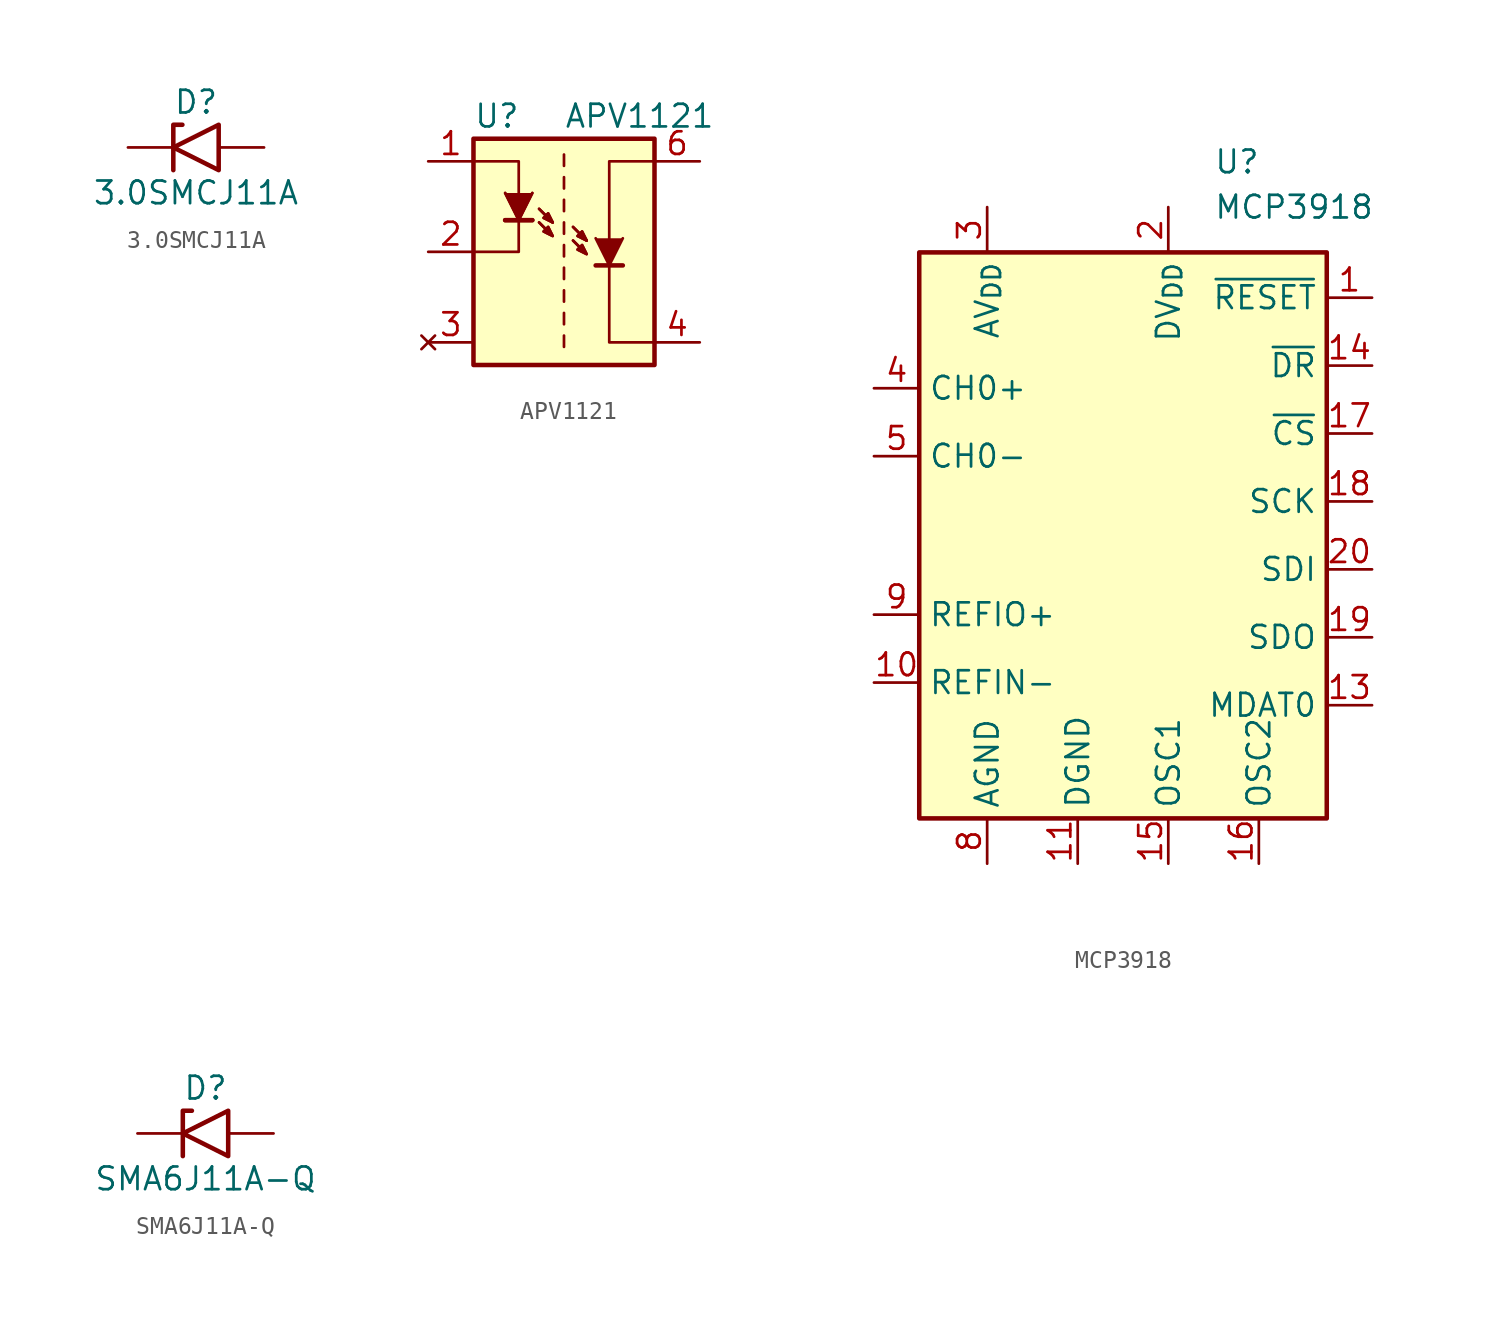
<source format=kicad_sym>
(kicad_symbol_lib
  (version 20211014)
  (generator kicad_symbol_editor)
  (symbol "3.0SMCJ11A"
    (pin_numbers hide)
    (pin_names
      (offset 1.016) hide)
    (property "Reference" "D"
      (at 0 2.54 0)
      (effects (font (size 1.27 1.27))))
    (property "Value" "3.0SMCJ11A"
      (at 0 -2.54 0)
      (effects (font (size 1.27 1.27))))
    (symbol "3.0SMCJ11A_0_1"
      (polyline (pts (xy -0.762 1.27) (xy -1.27 1.27) (xy -1.27 -1.27)) (stroke (width 0.254) (type default) (color 0 0 0 0)) (fill (type none)))
      (polyline (pts (xy 1.27 1.27) (xy 1.27 -1.27) (xy -1.27 0) (xy 1.27 1.27)) (stroke (width 0.254) (type default) (color 0 0 0 0)) (fill (type none))))
    (symbol "3.0SMCJ11A_1_1"
      (pin passive line (at -3.81 0 0) (length 2.54) (name "A1" (effects (font (size 1.27 1.27)))) (number "1" (effects (font (size 1.27 1.27)))))
      (pin passive line (at 3.81 0 180) (length 2.54) (name "A2" (effects (font (size 1.27 1.27)))) (number "2" (effects (font (size 1.27 1.27)))))))
  (symbol "APV1121"
    (pin_names
      (offset 1.016))
    (property "Reference" "U"
      (at -5.08 10.16 0)
      (effects (font (size 1.27 1.27)) (justify left)))
    (property "Value" "APV1121"
      (at 0 10.16 0)
      (effects (font (size 1.27 1.27)) (justify left)))
    (symbol "APV1121_0_1"
      (rectangle (start -5.08 8.89) (end 5.08 -3.81) (stroke (width 0.254) (type default) (color 0 0 0 0)) (fill (type background)))
      (polyline (pts (xy -1.778 4.318) (xy -3.302 4.318)) (stroke (width 0.254) (type default) (color 0 0 0 0)) (fill (type none)))
      (polyline (pts (xy -1.778 4.318) (xy -3.302 4.318)) (stroke (width 0.254) (type default) (color 0 0 0 0)) (fill (type none)))
      (polyline (pts (xy 0 -2.159) (xy 0 -2.794)) (stroke (width 0) (type default) (color 0 0 0 0)) (fill (type none)))
      (polyline (pts (xy 0 -0.889) (xy 0 -1.524)) (stroke (width 0) (type default) (color 0 0 0 0)) (fill (type none)))
      (polyline (pts (xy 0 0.381) (xy 0 -0.254)) (stroke (width 0) (type default) (color 0 0 0 0)) (fill (type none)))
      (polyline (pts (xy 0 1.651) (xy 0 1.016)) (stroke (width 0) (type default) (color 0 0 0 0)) (fill (type none)))
      (polyline (pts (xy 0 2.921) (xy 0 2.286)) (stroke (width 0) (type default) (color 0 0 0 0)) (fill (type none)))
      (polyline (pts (xy 0 4.191) (xy 0 3.556)) (stroke (width 0) (type default) (color 0 0 0 0)) (fill (type none)))
      (polyline (pts (xy 0 5.461) (xy 0 4.826)) (stroke (width 0) (type default) (color 0 0 0 0)) (fill (type none)))
      (polyline (pts (xy 0 6.731) (xy 0 6.096)) (stroke (width 0) (type default) (color 0 0 0 0)) (fill (type none)))
      (polyline (pts (xy 0 8.001) (xy 0 7.366)) (stroke (width 0) (type default) (color 0 0 0 0)) (fill (type none)))
      (polyline (pts (xy 1.778 1.778) (xy 3.302 1.778)) (stroke (width 0.254) (type default) (color 0 0 0 0)) (fill (type none)))
      (polyline (pts (xy -1.778 5.842) (xy -2.54 4.318) (xy -3.302 5.842)) (stroke (width 0) (type default) (color 0 0 0 0)) (fill (type outline)))
      (polyline (pts (xy -1.778 5.842) (xy -2.54 4.318) (xy -3.302 5.842)) (stroke (width 0) (type default) (color 0 0 0 0)) (fill (type outline)))
      (polyline (pts (xy -1.397 4.953) (xy -0.635 4.191) (xy -0.635 4.191)) (stroke (width 0) (type default) (color 0 0 0 0)) (fill (type none)))
      (polyline (pts (xy -1.397 4.953) (xy -0.635 4.191) (xy -0.635 4.191)) (stroke (width 0) (type default) (color 0 0 0 0)) (fill (type none)))
      (polyline (pts (xy 0.508 3.937) (xy 1.27 3.175) (xy 1.27 3.175)) (stroke (width 0) (type default) (color 0 0 0 0)) (fill (type none)))
      (polyline (pts (xy 0.508 3.937) (xy 1.27 3.175) (xy 1.27 3.175)) (stroke (width 0) (type default) (color 0 0 0 0)) (fill (type none)))
      (polyline (pts (xy 1.778 3.302) (xy 2.54 1.778) (xy 3.302 3.302)) (stroke (width 0) (type default) (color 0 0 0 0)) (fill (type outline)))
      (polyline (pts (xy -5.08 7.62) (xy -2.54 7.62) (xy -2.54 2.54) (xy -5.08 2.54)) (stroke (width 0) (type default) (color 0 0 0 0)) (fill (type none)))
      (polyline (pts (xy 5.08 7.62) (xy 2.54 7.62) (xy 2.54 -2.54) (xy 5.08 -2.54)) (stroke (width 0) (type default) (color 0 0 0 0)) (fill (type none)))
      (polyline (pts (xy -0.635 4.191) (xy -0.889 4.699) (xy -1.143 4.445) (xy -0.635 4.191) (xy -0.635 4.191)) (stroke (width 0) (type default) (color 0 0 0 0)) (fill (type none)))
      (polyline (pts (xy -0.635 4.191) (xy -0.889 4.699) (xy -1.143 4.445) (xy -0.635 4.191) (xy -0.635 4.191)) (stroke (width 0) (type default) (color 0 0 0 0)) (fill (type none)))
      (polyline (pts (xy 1.27 3.175) (xy 1.016 3.683) (xy 0.762 3.429) (xy 1.27 3.175) (xy 1.27 3.175)) (stroke (width 0) (type default) (color 0 0 0 0)) (fill (type none)))
      (polyline (pts (xy 1.27 3.175) (xy 1.016 3.683) (xy 0.762 3.429) (xy 1.27 3.175) (xy 1.27 3.175)) (stroke (width 0) (type default) (color 0 0 0 0)) (fill (type none)))
      (polyline (pts (xy -1.397 4.191) (xy -0.635 3.429) (xy -0.889 3.937) (xy -1.143 3.683) (xy -0.635 3.429) (xy -0.635 3.429)) (stroke (width 0) (type default) (color 0 0 0 0)) (fill (type none)))
      (polyline (pts (xy -1.397 4.191) (xy -0.635 3.429) (xy -0.889 3.937) (xy -1.143 3.683) (xy -0.635 3.429) (xy -0.635 3.429)) (stroke (width 0) (type default) (color 0 0 0 0)) (fill (type none)))
      (polyline (pts (xy 0.508 3.175) (xy 1.27 2.413) (xy 1.016 2.921) (xy 0.762 2.667) (xy 1.27 2.413) (xy 1.27 2.413)) (stroke (width 0) (type default) (color 0 0 0 0)) (fill (type none)))
      (polyline (pts (xy 0.508 3.175) (xy 1.27 2.413) (xy 1.016 2.921) (xy 0.762 2.667) (xy 1.27 2.413) (xy 1.27 2.413)) (stroke (width 0) (type default) (color 0 0 0 0)) (fill (type none))))
    (symbol "APV1121_1_1"
      (pin passive line (at -7.62 7.62 0) (length 2.54) (name "~" (effects (font (size 1.27 1.27)))) (number "1" (effects (font (size 1.27 1.27)))))
      (pin passive line (at -7.62 2.54 0) (length 2.54) (name "~" (effects (font (size 1.27 1.27)))) (number "2" (effects (font (size 1.27 1.27)))))
      (pin no_connect line (at -7.62 -2.54 0) (length 2.54) (name "~" (effects (font (size 1.27 1.27)))) (number "3" (effects (font (size 1.27 1.27)))))
      (pin passive line (at 7.62 -2.54 180) (length 2.54) (name "~" (effects (font (size 1.27 1.27)))) (number "4" (effects (font (size 1.27 1.27)))))
      (pin passive line (at 7.62 7.62 180) (length 2.54) (name "~" (effects (font (size 1.27 1.27)))) (number "6" (effects (font (size 1.27 1.27)))))))
  (symbol "MCP3918"
    (property "Reference" "U"
      (at 5.08 2.54 0)
      (effects (font (size 1.27 1.27)) (justify left)))
    (property "Value" "MCP3918"
      (at 5.08 0 0)
      (effects (font (size 1.27 1.27)) (justify left)))
    (symbol "MCP3918_0_1"
      (rectangle (start -11.43 -2.54) (end 11.43 -34.29) (stroke (width 0.254) (type default) (color 0 0 0 0)) (fill (type background))))
    (symbol "MCP3918_1_1"
      (pin input line (at 13.97 -5.08 180) (length 2.54) (name "~{RESET}" (effects (font (size 1.27 1.27)))) (number "1" (effects (font (size 1.27 1.27)))))
      (pin input line (at -13.97 -26.67 0) (length 2.54) (name "REFIN-" (effects (font (size 1.27 1.27)))) (number "10" (effects (font (size 1.27 1.27)))))
      (pin power_in line (at -2.54 -36.83 90) (length 2.54) (name "DGND" (effects (font (size 1.27 1.27)))) (number "11" (effects (font (size 1.27 1.27)))))
      (pin output line (at 13.97 -27.94 180) (length 2.54) (name "MDAT0" (effects (font (size 1.27 1.27)))) (number "13" (effects (font (size 1.27 1.27)))))
      (pin input line (at 13.97 -8.89 180) (length 2.54) (name "~{DR}" (effects (font (size 1.27 1.27)))) (number "14" (effects (font (size 1.27 1.27)))))
      (pin bidirectional line (at 2.54 -36.83 90) (length 2.54) (name "OSC1" (effects (font (size 1.27 1.27)))) (number "15" (effects (font (size 1.27 1.27)))))
      (pin bidirectional line (at 7.62 -36.83 90) (length 2.54) (name "OSC2" (effects (font (size 1.27 1.27)))) (number "16" (effects (font (size 1.27 1.27)))))
      (pin input line (at 13.97 -12.7 180) (length 2.54) (name "~{CS}" (effects (font (size 1.27 1.27)))) (number "17" (effects (font (size 1.27 1.27)))))
      (pin bidirectional line (at 13.97 -16.51 180) (length 2.54) (name "SCK" (effects (font (size 1.27 1.27)))) (number "18" (effects (font (size 1.27 1.27)))))
      (pin output line (at 13.97 -24.13 180) (length 2.54) (name "SDO" (effects (font (size 1.27 1.27)))) (number "19" (effects (font (size 1.27 1.27)))))
      (pin power_in line (at 2.54 0 270) (length 2.54) (name "DV_{DD}" (effects (font (size 1.27 1.27)))) (number "2" (effects (font (size 1.27 1.27)))))
      (pin input line (at 13.97 -20.32 180) (length 2.54) (name "SDI" (effects (font (size 1.27 1.27)))) (number "20" (effects (font (size 1.27 1.27)))))
      (pin power_in line (at -7.62 0 270) (length 2.54) (name "AV_{DD}" (effects (font (size 1.27 1.27)))) (number "3" (effects (font (size 1.27 1.27)))))
      (pin input line (at -13.97 -10.16 0) (length 2.54) (name "CH0+" (effects (font (size 1.27 1.27)))) (number "4" (effects (font (size 1.27 1.27)))))
      (pin input line (at -13.97 -13.97 0) (length 2.54) (name "CH0-" (effects (font (size 1.27 1.27)))) (number "5" (effects (font (size 1.27 1.27)))))
      (pin power_in line (at -7.62 -36.83 90) (length 2.54) (name "AGND" (effects (font (size 1.27 1.27)))) (number "8" (effects (font (size 1.27 1.27)))))
      (pin input line (at -13.97 -22.86 0) (length 2.54) (name "REFIO+" (effects (font (size 1.27 1.27)))) (number "9" (effects (font (size 1.27 1.27)))))))
  (symbol "SMA6J11A-Q"
    (pin_numbers hide)
    (pin_names
      (offset 1.016) hide)
    (property "Reference" "D"
      (at 0 2.54 0)
      (effects (font (size 1.27 1.27))))
    (property "Value" "SMA6J11A-Q"
      (at 0 -2.54 0)
      (effects (font (size 1.27 1.27))))
    (symbol "SMA6J11A-Q_0_1"
      (polyline (pts (xy -0.762 1.27) (xy -1.27 1.27) (xy -1.27 -1.27)) (stroke (width 0.254) (type default) (color 0 0 0 0)) (fill (type none)))
      (polyline (pts (xy 1.27 1.27) (xy 1.27 -1.27) (xy -1.27 0) (xy 1.27 1.27)) (stroke (width 0.254) (type default) (color 0 0 0 0)) (fill (type none))))
    (symbol "SMA6J11A-Q_1_1"
      (pin passive line (at -3.81 0 0) (length 2.54) (name "A1" (effects (font (size 1.27 1.27)))) (number "1" (effects (font (size 1.27 1.27)))))
      (pin passive line (at 3.81 0 180) (length 2.54) (name "A2" (effects (font (size 1.27 1.27)))) (number "2" (effects (font (size 1.27 1.27))))))))
</source>
